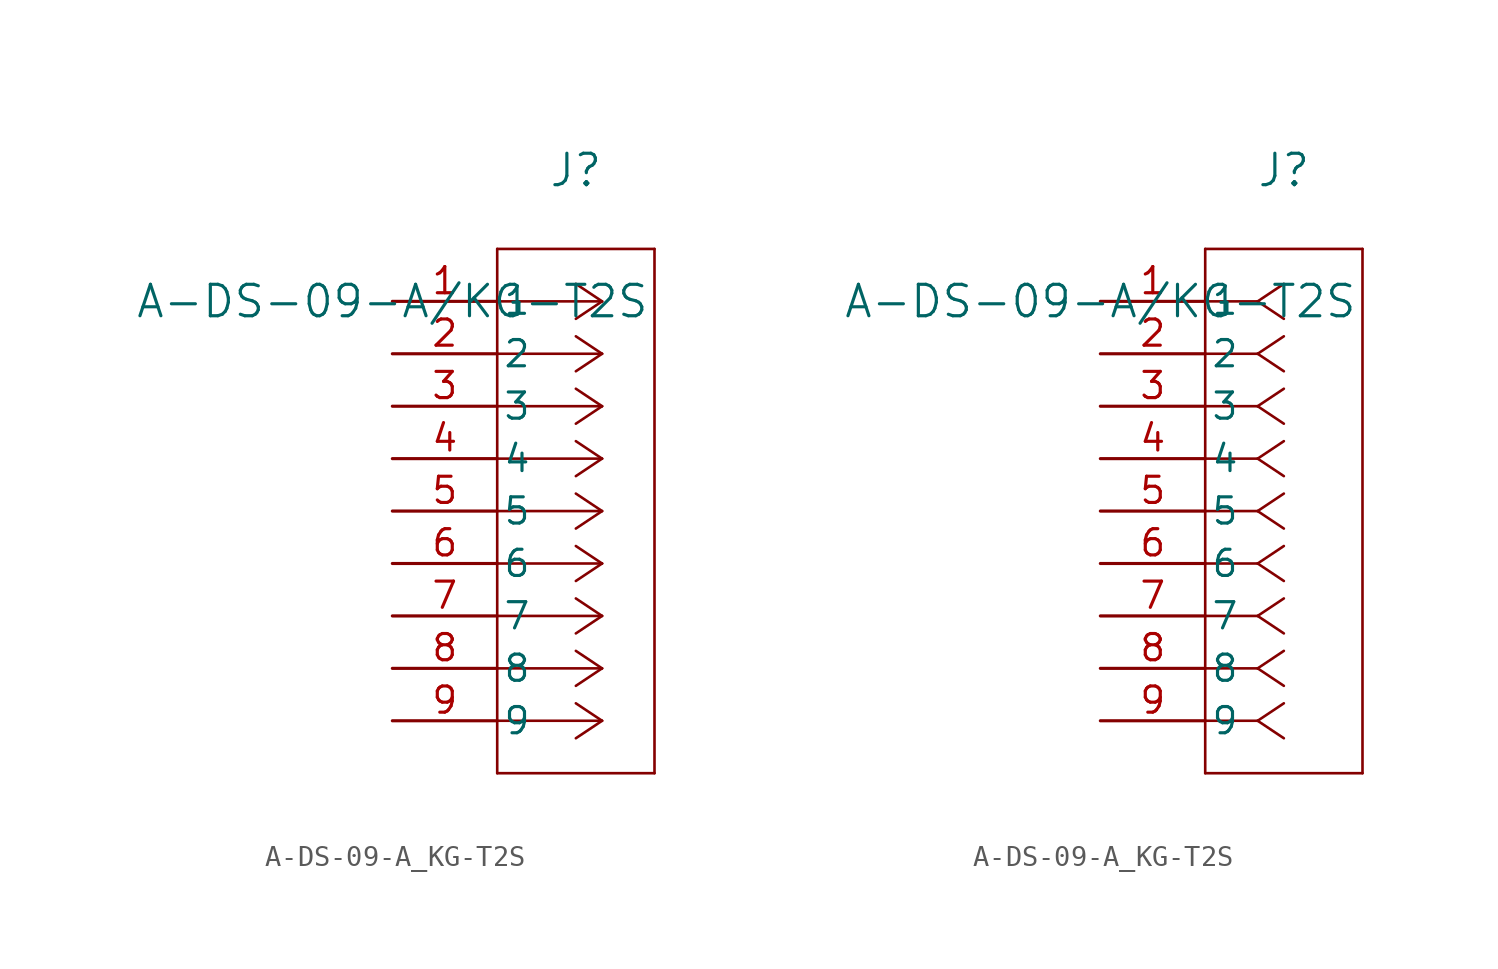
<source format=kicad_sym>
(kicad_symbol_lib
  (version 20211014)
  (generator kicad_symbol_editor)
  (symbol "A-DS-09-A_KG-T2S"
    (pin_names
      (offset 0.254))
    (property "Reference" "J"
      (at 8.89 6.35 0)
      (effects (font (size 1.524 1.524))))
    (property "Value" "A-DS-09-A/KG-T2S"
      (at 0 0 0)
      (effects (font (size 1.524 1.524))))
    (symbol "A-DS-09-A_KG-T2S_1_1"
      (polyline (pts (xy 10.16 0) (xy 5.08 0)) (stroke (width 0.127) (type default) (color 0 0 0 0)) (fill (type none)))
      (polyline (pts (xy 10.16 -2.54) (xy 5.08 -2.54)) (stroke (width 0.127) (type default) (color 0 0 0 0)) (fill (type none)))
      (polyline (pts (xy 10.16 -5.08) (xy 5.08 -5.08)) (stroke (width 0.127) (type default) (color 0 0 0 0)) (fill (type none)))
      (polyline (pts (xy 10.16 -7.62) (xy 5.08 -7.62)) (stroke (width 0.127) (type default) (color 0 0 0 0)) (fill (type none)))
      (polyline (pts (xy 10.16 -10.16) (xy 5.08 -10.16)) (stroke (width 0.127) (type default) (color 0 0 0 0)) (fill (type none)))
      (polyline (pts (xy 10.16 -12.7) (xy 5.08 -12.7)) (stroke (width 0.127) (type default) (color 0 0 0 0)) (fill (type none)))
      (polyline (pts (xy 10.16 -15.24) (xy 5.08 -15.24)) (stroke (width 0.127) (type default) (color 0 0 0 0)) (fill (type none)))
      (polyline (pts (xy 10.16 -17.78) (xy 5.08 -17.78)) (stroke (width 0.127) (type default) (color 0 0 0 0)) (fill (type none)))
      (polyline (pts (xy 10.16 -20.32) (xy 5.08 -20.32)) (stroke (width 0.127) (type default) (color 0 0 0 0)) (fill (type none)))
      (polyline (pts (xy 10.16 0) (xy 8.89 0.847)) (stroke (width 0.127) (type default) (color 0 0 0 0)) (fill (type none)))
      (polyline (pts (xy 10.16 -2.54) (xy 8.89 -1.693)) (stroke (width 0.127) (type default) (color 0 0 0 0)) (fill (type none)))
      (polyline (pts (xy 10.16 -5.08) (xy 8.89 -4.233)) (stroke (width 0.127) (type default) (color 0 0 0 0)) (fill (type none)))
      (polyline (pts (xy 10.16 -7.62) (xy 8.89 -6.773)) (stroke (width 0.127) (type default) (color 0 0 0 0)) (fill (type none)))
      (polyline (pts (xy 10.16 -10.16) (xy 8.89 -9.313)) (stroke (width 0.127) (type default) (color 0 0 0 0)) (fill (type none)))
      (polyline (pts (xy 10.16 -12.7) (xy 8.89 -11.853)) (stroke (width 0.127) (type default) (color 0 0 0 0)) (fill (type none)))
      (polyline (pts (xy 10.16 -15.24) (xy 8.89 -14.393)) (stroke (width 0.127) (type default) (color 0 0 0 0)) (fill (type none)))
      (polyline (pts (xy 10.16 -17.78) (xy 8.89 -16.933)) (stroke (width 0.127) (type default) (color 0 0 0 0)) (fill (type none)))
      (polyline (pts (xy 10.16 -20.32) (xy 8.89 -19.473)) (stroke (width 0.127) (type default) (color 0 0 0 0)) (fill (type none)))
      (polyline (pts (xy 10.16 0) (xy 8.89 -0.847)) (stroke (width 0.127) (type default) (color 0 0 0 0)) (fill (type none)))
      (polyline (pts (xy 10.16 -2.54) (xy 8.89 -3.387)) (stroke (width 0.127) (type default) (color 0 0 0 0)) (fill (type none)))
      (polyline (pts (xy 10.16 -5.08) (xy 8.89 -5.927)) (stroke (width 0.127) (type default) (color 0 0 0 0)) (fill (type none)))
      (polyline (pts (xy 10.16 -7.62) (xy 8.89 -8.467)) (stroke (width 0.127) (type default) (color 0 0 0 0)) (fill (type none)))
      (polyline (pts (xy 10.16 -10.16) (xy 8.89 -11.007)) (stroke (width 0.127) (type default) (color 0 0 0 0)) (fill (type none)))
      (polyline (pts (xy 10.16 -12.7) (xy 8.89 -13.547)) (stroke (width 0.127) (type default) (color 0 0 0 0)) (fill (type none)))
      (polyline (pts (xy 10.16 -15.24) (xy 8.89 -16.087)) (stroke (width 0.127) (type default) (color 0 0 0 0)) (fill (type none)))
      (polyline (pts (xy 10.16 -17.78) (xy 8.89 -18.627)) (stroke (width 0.127) (type default) (color 0 0 0 0)) (fill (type none)))
      (polyline (pts (xy 10.16 -20.32) (xy 8.89 -21.167)) (stroke (width 0.127) (type default) (color 0 0 0 0)) (fill (type none)))
      (polyline (pts (xy 5.08 2.54) (xy 5.08 -22.86)) (stroke (width 0.127) (type default) (color 0 0 0 0)) (fill (type none)))
      (polyline (pts (xy 5.08 -22.86) (xy 12.7 -22.86)) (stroke (width 0.127) (type default) (color 0 0 0 0)) (fill (type none)))
      (polyline (pts (xy 12.7 -22.86) (xy 12.7 2.54)) (stroke (width 0.127) (type default) (color 0 0 0 0)) (fill (type none)))
      (polyline (pts (xy 12.7 2.54) (xy 5.08 2.54)) (stroke (width 0.127) (type default) (color 0 0 0 0)) (fill (type none)))
      (pin unspecified line (at 0 0 0) (length 5.08) (name "1" (effects (font (size 1.27 1.27)))) (number "1" (effects (font (size 1.27 1.27)))))
      (pin unspecified line (at 0 -2.54 0) (length 5.08) (name "2" (effects (font (size 1.27 1.27)))) (number "2" (effects (font (size 1.27 1.27)))))
      (pin unspecified line (at 0 -5.08 0) (length 5.08) (name "3" (effects (font (size 1.27 1.27)))) (number "3" (effects (font (size 1.27 1.27)))))
      (pin unspecified line (at 0 -7.62 0) (length 5.08) (name "4" (effects (font (size 1.27 1.27)))) (number "4" (effects (font (size 1.27 1.27)))))
      (pin unspecified line (at 0 -10.16 0) (length 5.08) (name "5" (effects (font (size 1.27 1.27)))) (number "5" (effects (font (size 1.27 1.27)))))
      (pin unspecified line (at 0 -12.7 0) (length 5.08) (name "6" (effects (font (size 1.27 1.27)))) (number "6" (effects (font (size 1.27 1.27)))))
      (pin unspecified line (at 0 -15.24 0) (length 5.08) (name "7" (effects (font (size 1.27 1.27)))) (number "7" (effects (font (size 1.27 1.27)))))
      (pin unspecified line (at 0 -17.78 0) (length 5.08) (name "8" (effects (font (size 1.27 1.27)))) (number "8" (effects (font (size 1.27 1.27)))))
      (pin unspecified line (at 0 -20.32 0) (length 5.08) (name "9" (effects (font (size 1.27 1.27)))) (number "9" (effects (font (size 1.27 1.27))))))
    (symbol "A-DS-09-A_KG-T2S_1_2"
      (polyline (pts (xy 7.62 0) (xy 5.08 0)) (stroke (width 0.127) (type default) (color 0 0 0 0)) (fill (type none)))
      (polyline (pts (xy 7.62 -2.54) (xy 5.08 -2.54)) (stroke (width 0.127) (type default) (color 0 0 0 0)) (fill (type none)))
      (polyline (pts (xy 7.62 -5.08) (xy 5.08 -5.08)) (stroke (width 0.127) (type default) (color 0 0 0 0)) (fill (type none)))
      (polyline (pts (xy 7.62 -7.62) (xy 5.08 -7.62)) (stroke (width 0.127) (type default) (color 0 0 0 0)) (fill (type none)))
      (polyline (pts (xy 7.62 -10.16) (xy 5.08 -10.16)) (stroke (width 0.127) (type default) (color 0 0 0 0)) (fill (type none)))
      (polyline (pts (xy 7.62 -12.7) (xy 5.08 -12.7)) (stroke (width 0.127) (type default) (color 0 0 0 0)) (fill (type none)))
      (polyline (pts (xy 7.62 -15.24) (xy 5.08 -15.24)) (stroke (width 0.127) (type default) (color 0 0 0 0)) (fill (type none)))
      (polyline (pts (xy 7.62 -17.78) (xy 5.08 -17.78)) (stroke (width 0.127) (type default) (color 0 0 0 0)) (fill (type none)))
      (polyline (pts (xy 7.62 -20.32) (xy 5.08 -20.32)) (stroke (width 0.127) (type default) (color 0 0 0 0)) (fill (type none)))
      (polyline (pts (xy 7.62 0) (xy 8.89 0.847)) (stroke (width 0.127) (type default) (color 0 0 0 0)) (fill (type none)))
      (polyline (pts (xy 7.62 -2.54) (xy 8.89 -1.693)) (stroke (width 0.127) (type default) (color 0 0 0 0)) (fill (type none)))
      (polyline (pts (xy 7.62 -5.08) (xy 8.89 -4.233)) (stroke (width 0.127) (type default) (color 0 0 0 0)) (fill (type none)))
      (polyline (pts (xy 7.62 -7.62) (xy 8.89 -6.773)) (stroke (width 0.127) (type default) (color 0 0 0 0)) (fill (type none)))
      (polyline (pts (xy 7.62 -10.16) (xy 8.89 -9.313)) (stroke (width 0.127) (type default) (color 0 0 0 0)) (fill (type none)))
      (polyline (pts (xy 7.62 -12.7) (xy 8.89 -11.853)) (stroke (width 0.127) (type default) (color 0 0 0 0)) (fill (type none)))
      (polyline (pts (xy 7.62 -15.24) (xy 8.89 -14.393)) (stroke (width 0.127) (type default) (color 0 0 0 0)) (fill (type none)))
      (polyline (pts (xy 7.62 -17.78) (xy 8.89 -16.933)) (stroke (width 0.127) (type default) (color 0 0 0 0)) (fill (type none)))
      (polyline (pts (xy 7.62 -20.32) (xy 8.89 -19.473)) (stroke (width 0.127) (type default) (color 0 0 0 0)) (fill (type none)))
      (polyline (pts (xy 7.62 0) (xy 8.89 -0.847)) (stroke (width 0.127) (type default) (color 0 0 0 0)) (fill (type none)))
      (polyline (pts (xy 7.62 -2.54) (xy 8.89 -3.387)) (stroke (width 0.127) (type default) (color 0 0 0 0)) (fill (type none)))
      (polyline (pts (xy 7.62 -5.08) (xy 8.89 -5.927)) (stroke (width 0.127) (type default) (color 0 0 0 0)) (fill (type none)))
      (polyline (pts (xy 7.62 -7.62) (xy 8.89 -8.467)) (stroke (width 0.127) (type default) (color 0 0 0 0)) (fill (type none)))
      (polyline (pts (xy 7.62 -10.16) (xy 8.89 -11.007)) (stroke (width 0.127) (type default) (color 0 0 0 0)) (fill (type none)))
      (polyline (pts (xy 7.62 -12.7) (xy 8.89 -13.547)) (stroke (width 0.127) (type default) (color 0 0 0 0)) (fill (type none)))
      (polyline (pts (xy 7.62 -15.24) (xy 8.89 -16.087)) (stroke (width 0.127) (type default) (color 0 0 0 0)) (fill (type none)))
      (polyline (pts (xy 7.62 -17.78) (xy 8.89 -18.627)) (stroke (width 0.127) (type default) (color 0 0 0 0)) (fill (type none)))
      (polyline (pts (xy 7.62 -20.32) (xy 8.89 -21.167)) (stroke (width 0.127) (type default) (color 0 0 0 0)) (fill (type none)))
      (polyline (pts (xy 5.08 2.54) (xy 5.08 -22.86)) (stroke (width 0.127) (type default) (color 0 0 0 0)) (fill (type none)))
      (polyline (pts (xy 5.08 -22.86) (xy 12.7 -22.86)) (stroke (width 0.127) (type default) (color 0 0 0 0)) (fill (type none)))
      (polyline (pts (xy 12.7 -22.86) (xy 12.7 2.54)) (stroke (width 0.127) (type default) (color 0 0 0 0)) (fill (type none)))
      (polyline (pts (xy 12.7 2.54) (xy 5.08 2.54)) (stroke (width 0.127) (type default) (color 0 0 0 0)) (fill (type none)))
      (pin unspecified line (at 0 0 0) (length 5.08) (name "1" (effects (font (size 1.27 1.27)))) (number "1" (effects (font (size 1.27 1.27)))))
      (pin unspecified line (at 0 -2.54 0) (length 5.08) (name "2" (effects (font (size 1.27 1.27)))) (number "2" (effects (font (size 1.27 1.27)))))
      (pin unspecified line (at 0 -5.08 0) (length 5.08) (name "3" (effects (font (size 1.27 1.27)))) (number "3" (effects (font (size 1.27 1.27)))))
      (pin unspecified line (at 0 -7.62 0) (length 5.08) (name "4" (effects (font (size 1.27 1.27)))) (number "4" (effects (font (size 1.27 1.27)))))
      (pin unspecified line (at 0 -10.16 0) (length 5.08) (name "5" (effects (font (size 1.27 1.27)))) (number "5" (effects (font (size 1.27 1.27)))))
      (pin unspecified line (at 0 -12.7 0) (length 5.08) (name "6" (effects (font (size 1.27 1.27)))) (number "6" (effects (font (size 1.27 1.27)))))
      (pin unspecified line (at 0 -15.24 0) (length 5.08) (name "7" (effects (font (size 1.27 1.27)))) (number "7" (effects (font (size 1.27 1.27)))))
      (pin unspecified line (at 0 -17.78 0) (length 5.08) (name "8" (effects (font (size 1.27 1.27)))) (number "8" (effects (font (size 1.27 1.27)))))
      (pin unspecified line (at 0 -20.32 0) (length 5.08) (name "9" (effects (font (size 1.27 1.27)))) (number "9" (effects (font (size 1.27 1.27))))))))
</source>
